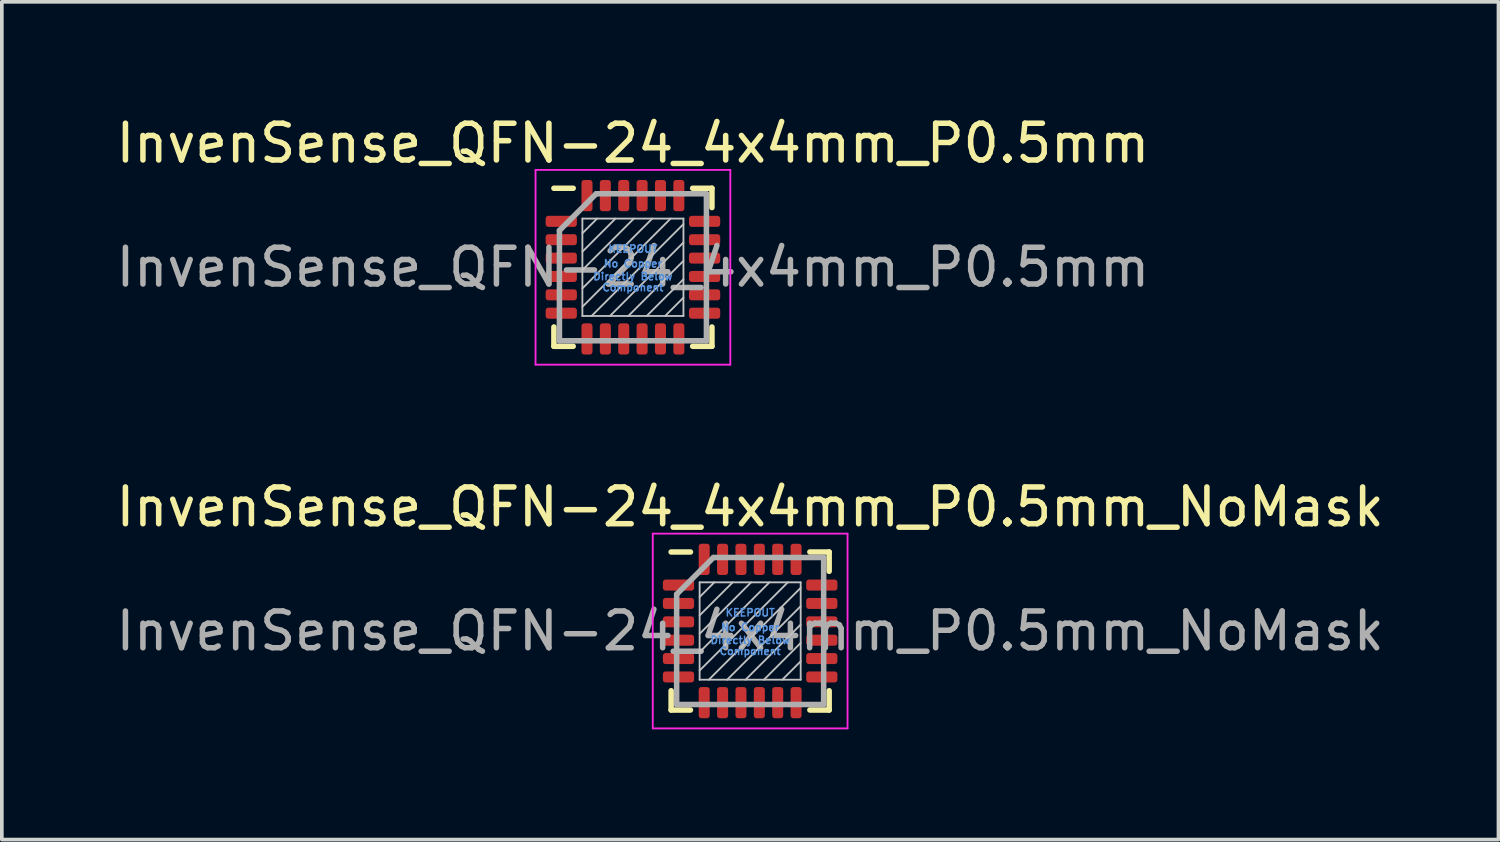
<source format=kicad_pcb>
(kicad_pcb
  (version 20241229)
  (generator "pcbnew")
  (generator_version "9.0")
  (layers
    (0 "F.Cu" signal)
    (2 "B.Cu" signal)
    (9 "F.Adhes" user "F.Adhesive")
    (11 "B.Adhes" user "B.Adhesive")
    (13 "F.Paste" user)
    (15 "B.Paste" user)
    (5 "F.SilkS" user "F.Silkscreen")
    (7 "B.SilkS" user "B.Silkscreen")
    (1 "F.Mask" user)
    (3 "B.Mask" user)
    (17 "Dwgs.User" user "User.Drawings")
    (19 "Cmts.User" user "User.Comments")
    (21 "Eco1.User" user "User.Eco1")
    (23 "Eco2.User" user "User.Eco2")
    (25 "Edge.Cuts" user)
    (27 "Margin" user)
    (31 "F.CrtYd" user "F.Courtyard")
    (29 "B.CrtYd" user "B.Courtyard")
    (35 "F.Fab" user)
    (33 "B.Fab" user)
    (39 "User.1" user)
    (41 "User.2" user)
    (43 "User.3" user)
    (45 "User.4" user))
  (footprint "InvenSense_QFN-24_4x4mm_P0.5mm"
    (layer "F.Cu")
    (at 14.173 4.223)
    (property "Reference" "InvenSense_QFN-24_4x4mm_P0.5mm" (at 0 -3.375 0) (layer "F.SilkS") (effects (font (size 1 1) (thickness 0.15))))
    (attr smd)
    (fp_line (start -2.15 -2.15) (end -1.625 -2.15) (stroke (width 0.15) (type solid)) (layer "F.SilkS"))
    (fp_line (start -2.15 2.15) (end -2.15 1.625) (stroke (width 0.15) (type solid)) (layer "F.SilkS"))
    (fp_line (start -2.15 2.15) (end -1.625 2.15) (stroke (width 0.15) (type solid)) (layer "F.SilkS"))
    (fp_line (start 2.15 -2.15) (end 1.625 -2.15) (stroke (width 0.15) (type solid)) (layer "F.SilkS"))
    (fp_line (start 2.15 -2.15) (end 2.15 -1.625) (stroke (width 0.15) (type solid)) (layer "F.SilkS"))
    (fp_line (start 2.15 2.15) (end 1.625 2.15) (stroke (width 0.15) (type solid)) (layer "F.SilkS"))
    (fp_line (start 2.15 2.15) (end 2.15 1.625) (stroke (width 0.15) (type solid)) (layer "F.SilkS"))
    (fp_line (start -1.375 1.325) (end -1.375 -1.325) (stroke (width 0.05) (type solid)) (layer "Dwgs.User"))
    (fp_line (start -0.975 -1.325) (end -1.375 -0.925) (stroke (width 0.05) (type solid)) (layer "Dwgs.User"))
    (fp_line (start -0.475 -1.325) (end -1.375 -0.425) (stroke (width 0.05) (type solid)) (layer "Dwgs.User"))
    (fp_line (start 0.025 -1.325) (end -1.375 0.075) (stroke (width 0.05) (type solid)) (layer "Dwgs.User"))
    (fp_line (start 0.525 -1.325) (end -1.375 0.575) (stroke (width 0.05) (type solid)) (layer "Dwgs.User"))
    (fp_line (start 1.025 -1.325) (end -1.375 1.075) (stroke (width 0.05) (type solid)) (layer "Dwgs.User"))
    (fp_line (start 1.375 -1.325) (end -1.375 -1.325) (stroke (width 0.05) (type solid)) (layer "Dwgs.User"))
    (fp_line (start 1.375 -1.175) (end -1.125 1.325) (stroke (width 0.05) (type solid)) (layer "Dwgs.User"))
    (fp_line (start 1.375 -0.675) (end -0.625 1.325) (stroke (width 0.05) (type solid)) (layer "Dwgs.User"))
    (fp_line (start 1.375 -0.175) (end -0.125 1.325) (stroke (width 0.05) (type solid)) (layer "Dwgs.User"))
    (fp_line (start 1.375 0.325) (end 0.375 1.325) (stroke (width 0.05) (type solid)) (layer "Dwgs.User"))
    (fp_line (start 1.375 0.825) (end 0.875 1.325) (stroke (width 0.05) (type solid)) (layer "Dwgs.User"))
    (fp_line (start 1.375 1.325) (end -1.375 1.325) (stroke (width 0.05) (type solid)) (layer "Dwgs.User"))
    (fp_line (start 1.375 1.325) (end 1.375 -1.325) (stroke (width 0.05) (type solid)) (layer "Dwgs.User"))
    (fp_line (start -2.65 -2.65) (end -2.65 2.65) (stroke (width 0.05) (type solid)) (layer "F.CrtYd"))
    (fp_line (start -2.65 -2.65) (end 2.65 -2.65) (stroke (width 0.05) (type solid)) (layer "F.CrtYd"))
    (fp_line (start -2.65 2.65) (end 2.65 2.65) (stroke (width 0.05) (type solid)) (layer "F.CrtYd"))
    (fp_line (start 2.65 -2.65) (end 2.65 2.65) (stroke (width 0.05) (type solid)) (layer "F.CrtYd"))
    (fp_line (start -2 -1) (end -1 -2) (stroke (width 0.15) (type solid)) (layer "F.Fab"))
    (fp_line (start -2 2) (end -2 -1) (stroke (width 0.15) (type solid)) (layer "F.Fab"))
    (fp_line (start -1 -2) (end 2 -2) (stroke (width 0.15) (type solid)) (layer "F.Fab"))
    (fp_line (start 2 -2) (end 2 2) (stroke (width 0.15) (type solid)) (layer "F.Fab"))
    (fp_line (start 2 2) (end -2 2) (stroke (width 0.15) (type solid)) (layer "F.Fab"))
    (fp_text user "Component" (at 0 0.55 0) (layer "Cmts.User") (effects (font (size 0.2 0.2) (thickness 0.04))))
    (fp_text user "No Copper" (at 0 -0.1 0) (layer "Cmts.User") (effects (font (size 0.2 0.2) (thickness 0.04))))
    (fp_text user "Directly Below" (at 0 0.25 0) (layer "Cmts.User") (effects (font (size 0.2 0.2) (thickness 0.04))))
    (fp_text user "KEEPOUT" (at 0 -0.5 0) (layer "Cmts.User") (effects (font (size 0.2 0.2) (thickness 0.04))))
    (fp_text user "${REFERENCE}" (at 0 0 0) (layer "F.Fab") (effects (font (size 1 1) (thickness 0.15))))
    (pad "1" smd roundrect (at -1.95 -1.25) (size 0.85 0.3) (layers "F.Cu" "F.Mask" "F.Paste") (roundrect_rratio 0.25))
    (pad "2" smd roundrect (at -1.95 -0.75) (size 0.85 0.3) (layers "F.Cu" "F.Mask" "F.Paste") (roundrect_rratio 0.25))
    (pad "3" smd roundrect (at -1.95 -0.25) (size 0.85 0.3) (layers "F.Cu" "F.Mask" "F.Paste") (roundrect_rratio 0.25))
    (pad "4" smd roundrect (at -1.95 0.25) (size 0.85 0.3) (layers "F.Cu" "F.Mask" "F.Paste") (roundrect_rratio 0.25))
    (pad "5" smd roundrect (at -1.95 0.75) (size 0.85 0.3) (layers "F.Cu" "F.Mask" "F.Paste") (roundrect_rratio 0.25))
    (pad "6" smd roundrect (at -1.95 1.25) (size 0.85 0.3) (layers "F.Cu" "F.Mask" "F.Paste") (roundrect_rratio 0.25))
    (pad "7" smd roundrect (at -1.25 1.95 90) (size 0.85 0.3) (layers "F.Cu" "F.Mask" "F.Paste") (roundrect_rratio 0.25))
    (pad "8" smd roundrect (at -0.75 1.95 90) (size 0.85 0.3) (layers "F.Cu" "F.Mask" "F.Paste") (roundrect_rratio 0.25))
    (pad "9" smd roundrect (at -0.25 1.95 90) (size 0.85 0.3) (layers "F.Cu" "F.Mask" "F.Paste") (roundrect_rratio 0.25))
    (pad "10" smd roundrect (at 0.25 1.95 90) (size 0.85 0.3) (layers "F.Cu" "F.Mask" "F.Paste") (roundrect_rratio 0.25))
    (pad "11" smd roundrect (at 0.75 1.95 90) (size 0.85 0.3) (layers "F.Cu" "F.Mask" "F.Paste") (roundrect_rratio 0.25))
    (pad "12" smd roundrect (at 1.25 1.95 90) (size 0.85 0.3) (layers "F.Cu" "F.Mask" "F.Paste") (roundrect_rratio 0.25))
    (pad "13" smd roundrect (at 1.95 1.25) (size 0.85 0.3) (layers "F.Cu" "F.Mask" "F.Paste") (roundrect_rratio 0.25))
    (pad "14" smd roundrect (at 1.95 0.75) (size 0.85 0.3) (layers "F.Cu" "F.Mask" "F.Paste") (roundrect_rratio 0.25))
    (pad "15" smd roundrect (at 1.95 0.25) (size 0.85 0.3) (layers "F.Cu" "F.Mask" "F.Paste") (roundrect_rratio 0.25))
    (pad "16" smd roundrect (at 1.95 -0.25) (size 0.85 0.3) (layers "F.Cu" "F.Mask" "F.Paste") (roundrect_rratio 0.25))
    (pad "17" smd roundrect (at 1.95 -0.75) (size 0.85 0.3) (layers "F.Cu" "F.Mask" "F.Paste") (roundrect_rratio 0.25))
    (pad "18" smd roundrect (at 1.95 -1.25) (size 0.85 0.3) (layers "F.Cu" "F.Mask" "F.Paste") (roundrect_rratio 0.25))
    (pad "19" smd roundrect (at 1.25 -1.95 90) (size 0.85 0.3) (layers "F.Cu" "F.Mask" "F.Paste") (roundrect_rratio 0.25))
    (pad "20" smd roundrect (at 0.75 -1.95 90) (size 0.85 0.3) (layers "F.Cu" "F.Mask" "F.Paste") (roundrect_rratio 0.25))
    (pad "21" smd roundrect (at 0.25 -1.95 90) (size 0.85 0.3) (layers "F.Cu" "F.Mask" "F.Paste") (roundrect_rratio 0.25))
    (pad "22" smd roundrect (at -0.25 -1.95 90) (size 0.85 0.3) (layers "F.Cu" "F.Mask" "F.Paste") (roundrect_rratio 0.25))
    (pad "23" smd roundrect (at -0.75 -1.95 90) (size 0.85 0.3) (layers "F.Cu" "F.Mask" "F.Paste") (roundrect_rratio 0.25))
    (pad "24" smd roundrect (at -1.25 -1.95 90) (size 0.85 0.3) (layers "F.Cu" "F.Mask" "F.Paste") (roundrect_rratio 0.25)))
  (footprint "InvenSense_QFN-24_4x4mm_P0.5mm_NoMask"
    (layer "F.Cu")
    (at 17.363 14.121)
    (property "Reference" "InvenSense_QFN-24_4x4mm_P0.5mm_NoMask" (at 0 -3.375 0) (layer "F.SilkS") (effects (font (size 1 1) (thickness 0.15))))
    (attr smd)
    (fp_line (start -2.15 -2.15) (end -1.625 -2.15) (stroke (width 0.15) (type solid)) (layer "F.SilkS"))
    (fp_line (start -2.15 2.15) (end -2.15 1.625) (stroke (width 0.15) (type solid)) (layer "F.SilkS"))
    (fp_line (start -2.15 2.15) (end -1.625 2.15) (stroke (width 0.15) (type solid)) (layer "F.SilkS"))
    (fp_line (start 2.15 -2.15) (end 1.625 -2.15) (stroke (width 0.15) (type solid)) (layer "F.SilkS"))
    (fp_line (start 2.15 -2.15) (end 2.15 -1.625) (stroke (width 0.15) (type solid)) (layer "F.SilkS"))
    (fp_line (start 2.15 2.15) (end 1.625 2.15) (stroke (width 0.15) (type solid)) (layer "F.SilkS"))
    (fp_line (start 2.15 2.15) (end 2.15 1.625) (stroke (width 0.15) (type solid)) (layer "F.SilkS"))
    (fp_line (start -1.375 1.325) (end -1.375 -1.325) (stroke (width 0.05) (type solid)) (layer "Dwgs.User"))
    (fp_line (start -0.975 -1.325) (end -1.375 -0.925) (stroke (width 0.05) (type solid)) (layer "Dwgs.User"))
    (fp_line (start -0.475 -1.325) (end -1.375 -0.425) (stroke (width 0.05) (type solid)) (layer "Dwgs.User"))
    (fp_line (start 0.025 -1.325) (end -1.375 0.075) (stroke (width 0.05) (type solid)) (layer "Dwgs.User"))
    (fp_line (start 0.525 -1.325) (end -1.375 0.575) (stroke (width 0.05) (type solid)) (layer "Dwgs.User"))
    (fp_line (start 1.025 -1.325) (end -1.375 1.075) (stroke (width 0.05) (type solid)) (layer "Dwgs.User"))
    (fp_line (start 1.375 -1.325) (end -1.375 -1.325) (stroke (width 0.05) (type solid)) (layer "Dwgs.User"))
    (fp_line (start 1.375 -1.175) (end -1.125 1.325) (stroke (width 0.05) (type solid)) (layer "Dwgs.User"))
    (fp_line (start 1.375 -0.675) (end -0.625 1.325) (stroke (width 0.05) (type solid)) (layer "Dwgs.User"))
    (fp_line (start 1.375 -0.175) (end -0.125 1.325) (stroke (width 0.05) (type solid)) (layer "Dwgs.User"))
    (fp_line (start 1.375 0.325) (end 0.375 1.325) (stroke (width 0.05) (type solid)) (layer "Dwgs.User"))
    (fp_line (start 1.375 0.825) (end 0.875 1.325) (stroke (width 0.05) (type solid)) (layer "Dwgs.User"))
    (fp_line (start 1.375 1.325) (end -1.375 1.325) (stroke (width 0.05) (type solid)) (layer "Dwgs.User"))
    (fp_line (start 1.375 1.325) (end 1.375 -1.325) (stroke (width 0.05) (type solid)) (layer "Dwgs.User"))
    (fp_line (start -2.65 -2.65) (end -2.65 2.65) (stroke (width 0.05) (type solid)) (layer "F.CrtYd"))
    (fp_line (start -2.65 -2.65) (end 2.65 -2.65) (stroke (width 0.05) (type solid)) (layer "F.CrtYd"))
    (fp_line (start -2.65 2.65) (end 2.65 2.65) (stroke (width 0.05) (type solid)) (layer "F.CrtYd"))
    (fp_line (start 2.65 -2.65) (end 2.65 2.65) (stroke (width 0.05) (type solid)) (layer "F.CrtYd"))
    (fp_line (start -2 -1) (end -1 -2) (stroke (width 0.15) (type solid)) (layer "F.Fab"))
    (fp_line (start -2 2) (end -2 -1) (stroke (width 0.15) (type solid)) (layer "F.Fab"))
    (fp_line (start -1 -2) (end 2 -2) (stroke (width 0.15) (type solid)) (layer "F.Fab"))
    (fp_line (start 2 -2) (end 2 2) (stroke (width 0.15) (type solid)) (layer "F.Fab"))
    (fp_line (start 2 2) (end -2 2) (stroke (width 0.15) (type solid)) (layer "F.Fab"))
    (fp_text user "Directly Below" (at 0 0.25 0) (layer "Cmts.User") (effects (font (size 0.2 0.2) (thickness 0.04))))
    (fp_text user "KEEPOUT" (at 0 -0.5 0) (layer "Cmts.User") (effects (font (size 0.2 0.2) (thickness 0.04))))
    (fp_text user "No Copper" (at 0 -0.1 0) (layer "Cmts.User") (effects (font (size 0.2 0.2) (thickness 0.04))))
    (fp_text user "Component" (at 0 0.55 0) (layer "Cmts.User") (effects (font (size 0.2 0.2) (thickness 0.04))))
    (fp_text user "${REFERENCE}" (at 0 0 0) (layer "F.Fab") (effects (font (size 1 1) (thickness 0.15))))
    (pad "" smd roundrect (at 0 0) (size 2.75 2.65) (layers "F.Mask") (roundrect_rratio 0.094))
    (pad "1" smd roundrect (at -1.95 -1.25) (size 0.85 0.3) (layers "F.Cu" "F.Mask" "F.Paste") (roundrect_rratio 0.25))
    (pad "2" smd roundrect (at -1.95 -0.75) (size 0.85 0.3) (layers "F.Cu" "F.Mask" "F.Paste") (roundrect_rratio 0.25))
    (pad "3" smd roundrect (at -1.95 -0.25) (size 0.85 0.3) (layers "F.Cu" "F.Mask" "F.Paste") (roundrect_rratio 0.25))
    (pad "4" smd roundrect (at -1.95 0.25) (size 0.85 0.3) (layers "F.Cu" "F.Mask" "F.Paste") (roundrect_rratio 0.25))
    (pad "5" smd roundrect (at -1.95 0.75) (size 0.85 0.3) (layers "F.Cu" "F.Mask" "F.Paste") (roundrect_rratio 0.25))
    (pad "6" smd roundrect (at -1.95 1.25) (size 0.85 0.3) (layers "F.Cu" "F.Mask" "F.Paste") (roundrect_rratio 0.25))
    (pad "7" smd roundrect (at -1.25 1.95 90) (size 0.85 0.3) (layers "F.Cu" "F.Mask" "F.Paste") (roundrect_rratio 0.25))
    (pad "8" smd roundrect (at -0.75 1.95 90) (size 0.85 0.3) (layers "F.Cu" "F.Mask" "F.Paste") (roundrect_rratio 0.25))
    (pad "9" smd roundrect (at -0.25 1.95 90) (size 0.85 0.3) (layers "F.Cu" "F.Mask" "F.Paste") (roundrect_rratio 0.25))
    (pad "10" smd roundrect (at 0.25 1.95 90) (size 0.85 0.3) (layers "F.Cu" "F.Mask" "F.Paste") (roundrect_rratio 0.25))
    (pad "11" smd roundrect (at 0.75 1.95 90) (size 0.85 0.3) (layers "F.Cu" "F.Mask" "F.Paste") (roundrect_rratio 0.25))
    (pad "12" smd roundrect (at 1.25 1.95 90) (size 0.85 0.3) (layers "F.Cu" "F.Mask" "F.Paste") (roundrect_rratio 0.25))
    (pad "13" smd roundrect (at 1.95 1.25) (size 0.85 0.3) (layers "F.Cu" "F.Mask" "F.Paste") (roundrect_rratio 0.25))
    (pad "14" smd roundrect (at 1.95 0.75) (size 0.85 0.3) (layers "F.Cu" "F.Mask" "F.Paste") (roundrect_rratio 0.25))
    (pad "15" smd roundrect (at 1.95 0.25) (size 0.85 0.3) (layers "F.Cu" "F.Mask" "F.Paste") (roundrect_rratio 0.25))
    (pad "16" smd roundrect (at 1.95 -0.25) (size 0.85 0.3) (layers "F.Cu" "F.Mask" "F.Paste") (roundrect_rratio 0.25))
    (pad "17" smd roundrect (at 1.95 -0.75) (size 0.85 0.3) (layers "F.Cu" "F.Mask" "F.Paste") (roundrect_rratio 0.25))
    (pad "18" smd roundrect (at 1.95 -1.25) (size 0.85 0.3) (layers "F.Cu" "F.Mask" "F.Paste") (roundrect_rratio 0.25))
    (pad "19" smd roundrect (at 1.25 -1.95 90) (size 0.85 0.3) (layers "F.Cu" "F.Mask" "F.Paste") (roundrect_rratio 0.25))
    (pad "20" smd roundrect (at 0.75 -1.95 90) (size 0.85 0.3) (layers "F.Cu" "F.Mask" "F.Paste") (roundrect_rratio 0.25))
    (pad "21" smd roundrect (at 0.25 -1.95 90) (size 0.85 0.3) (layers "F.Cu" "F.Mask" "F.Paste") (roundrect_rratio 0.25))
    (pad "22" smd roundrect (at -0.25 -1.95 90) (size 0.85 0.3) (layers "F.Cu" "F.Mask" "F.Paste") (roundrect_rratio 0.25))
    (pad "23" smd roundrect (at -0.75 -1.95 90) (size 0.85 0.3) (layers "F.Cu" "F.Mask" "F.Paste") (roundrect_rratio 0.25))
    (pad "24" smd roundrect (at -1.25 -1.95 90) (size 0.85 0.3) (layers "F.Cu" "F.Mask" "F.Paste") (roundrect_rratio 0.25)))
  (gr_rect
    (start -3 -3)
    (end 37.726 19.797)
    (stroke (width 0.1) (type default))
    (fill no)
    (layer "Edge.Cuts")))
</source>
